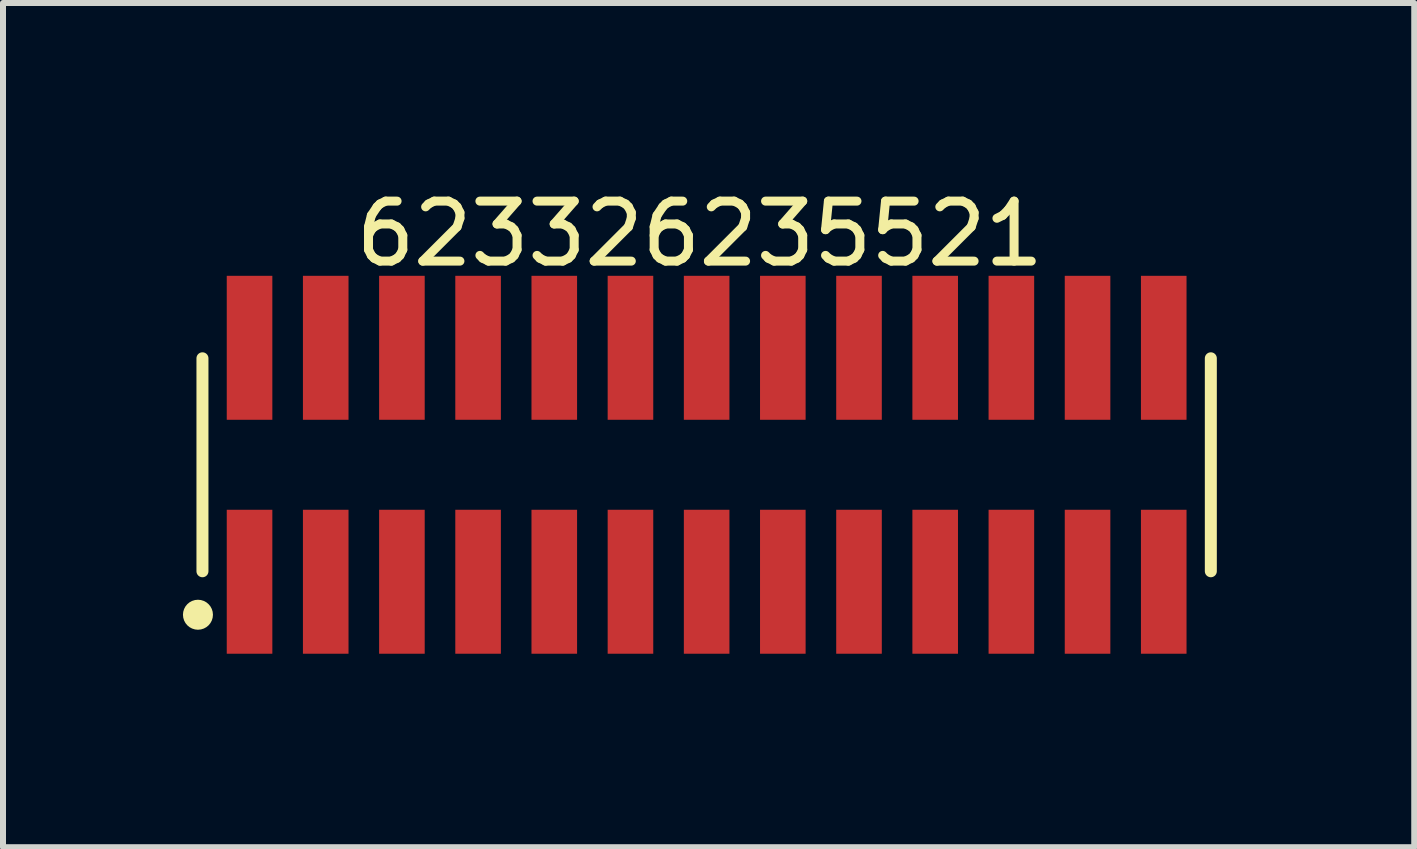
<source format=kicad_pcb>
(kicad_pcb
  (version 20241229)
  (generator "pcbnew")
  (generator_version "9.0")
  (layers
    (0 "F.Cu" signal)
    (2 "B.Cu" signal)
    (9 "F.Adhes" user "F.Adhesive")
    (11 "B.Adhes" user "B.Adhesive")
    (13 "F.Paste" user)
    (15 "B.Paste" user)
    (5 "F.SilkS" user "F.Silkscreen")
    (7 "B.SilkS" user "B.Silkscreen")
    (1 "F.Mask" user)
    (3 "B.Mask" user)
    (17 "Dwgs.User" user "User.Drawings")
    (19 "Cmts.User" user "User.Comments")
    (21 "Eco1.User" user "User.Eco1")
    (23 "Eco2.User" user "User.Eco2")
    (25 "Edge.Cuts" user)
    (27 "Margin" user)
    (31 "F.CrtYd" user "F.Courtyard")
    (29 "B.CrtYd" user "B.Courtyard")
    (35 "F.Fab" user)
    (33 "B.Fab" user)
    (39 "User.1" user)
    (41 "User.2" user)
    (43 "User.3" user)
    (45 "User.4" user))
  (footprint "623326235521"
    (layer "F.Cu")
    (at 8.73 4.698)
    (property "Reference" "623326235521" (at -0.113 -3.85 0) (layer "F.SilkS") (effects (font (size 1 1) (thickness 0.15))))
    (fp_line (start -8.405 1.775) (end -8.405 -1.775) (stroke (width 0.2) (type solid)) (layer "F.SilkS"))
    (fp_line (start 8.405 1.775) (end 8.405 -1.775) (stroke (width 0.2) (type solid)) (layer "F.SilkS"))
    (fp_circle (center -8.48 2.5) (end -8.48 2.375) (stroke (width 0.25) (type solid)) (fill no) (layer "F.SilkS"))
    (fp_line (start -8.605 -3.35) (end 8.605 -3.35) (stroke (width 0.05) (type solid)) (layer "Eco2.User"))
    (fp_line (start -8.605 3.35) (end -8.605 -3.35) (stroke (width 0.05) (type solid)) (layer "Eco2.User"))
    (fp_line (start -8.605 3.35) (end 8.605 3.35) (stroke (width 0.05) (type solid)) (layer "Eco2.User"))
    (fp_line (start -8.255 -1.7) (end 8.255 -1.7) (stroke (width 0.1) (type solid)) (layer "Eco2.User"))
    (fp_line (start -8.255 1.7) (end -8.255 -1.7) (stroke (width 0.1) (type solid)) (layer "Eco2.User"))
    (fp_line (start -8.255 1.7) (end 8.255 1.7) (stroke (width 0.1) (type solid)) (layer "Eco2.User"))
    (fp_line (start -7.82 -2.75) (end -7.42 -2.75) (stroke (width 0.1) (type solid)) (layer "Eco2.User"))
    (fp_line (start -7.82 -1.7) (end -7.82 -2.75) (stroke (width 0.1) (type solid)) (layer "Eco2.User"))
    (fp_line (start -7.82 2.75) (end -7.82 1.7) (stroke (width 0.1) (type solid)) (layer "Eco2.User"))
    (fp_line (start -7.82 2.75) (end -7.42 2.75) (stroke (width 0.1) (type solid)) (layer "Eco2.User"))
    (fp_line (start -7.42 -1.7) (end -7.42 -2.75) (stroke (width 0.1) (type solid)) (layer "Eco2.User"))
    (fp_line (start -7.42 2.75) (end -7.42 1.7) (stroke (width 0.1) (type solid)) (layer "Eco2.User"))
    (fp_line (start -6.55 -2.75) (end -6.15 -2.75) (stroke (width 0.1) (type solid)) (layer "Eco2.User"))
    (fp_line (start -6.55 -1.7) (end -6.55 -2.75) (stroke (width 0.1) (type solid)) (layer "Eco2.User"))
    (fp_line (start -6.55 2.75) (end -6.55 1.7) (stroke (width 0.1) (type solid)) (layer "Eco2.User"))
    (fp_line (start -6.55 2.75) (end -6.15 2.75) (stroke (width 0.1) (type solid)) (layer "Eco2.User"))
    (fp_line (start -6.15 -1.7) (end -6.15 -2.75) (stroke (width 0.1) (type solid)) (layer "Eco2.User"))
    (fp_line (start -6.15 2.75) (end -6.15 1.7) (stroke (width 0.1) (type solid)) (layer "Eco2.User"))
    (fp_line (start -5.28 -2.75) (end -4.88 -2.75) (stroke (width 0.1) (type solid)) (layer "Eco2.User"))
    (fp_line (start -5.28 -1.7) (end -5.28 -2.75) (stroke (width 0.1) (type solid)) (layer "Eco2.User"))
    (fp_line (start -5.28 2.75) (end -5.28 1.7) (stroke (width 0.1) (type solid)) (layer "Eco2.User"))
    (fp_line (start -5.28 2.75) (end -4.88 2.75) (stroke (width 0.1) (type solid)) (layer "Eco2.User"))
    (fp_line (start -4.88 -1.7) (end -4.88 -2.75) (stroke (width 0.1) (type solid)) (layer "Eco2.User"))
    (fp_line (start -4.88 2.75) (end -4.88 1.7) (stroke (width 0.1) (type solid)) (layer "Eco2.User"))
    (fp_line (start -4.01 -2.75) (end -3.61 -2.75) (stroke (width 0.1) (type solid)) (layer "Eco2.User"))
    (fp_line (start -4.01 -1.7) (end -4.01 -2.75) (stroke (width 0.1) (type solid)) (layer "Eco2.User"))
    (fp_line (start -4.01 2.75) (end -4.01 1.7) (stroke (width 0.1) (type solid)) (layer "Eco2.User"))
    (fp_line (start -4.01 2.75) (end -3.61 2.75) (stroke (width 0.1) (type solid)) (layer "Eco2.User"))
    (fp_line (start -3.61 -1.7) (end -3.61 -2.75) (stroke (width 0.1) (type solid)) (layer "Eco2.User"))
    (fp_line (start -3.61 2.75) (end -3.61 1.7) (stroke (width 0.1) (type solid)) (layer "Eco2.User"))
    (fp_line (start -2.74 -2.75) (end -2.34 -2.75) (stroke (width 0.1) (type solid)) (layer "Eco2.User"))
    (fp_line (start -2.74 -1.7) (end -2.74 -2.75) (stroke (width 0.1) (type solid)) (layer "Eco2.User"))
    (fp_line (start -2.74 2.75) (end -2.74 1.7) (stroke (width 0.1) (type solid)) (layer "Eco2.User"))
    (fp_line (start -2.74 2.75) (end -2.34 2.75) (stroke (width 0.1) (type solid)) (layer "Eco2.User"))
    (fp_line (start -2.34 -1.7) (end -2.34 -2.75) (stroke (width 0.1) (type solid)) (layer "Eco2.User"))
    (fp_line (start -2.34 2.75) (end -2.34 1.7) (stroke (width 0.1) (type solid)) (layer "Eco2.User"))
    (fp_line (start -1.47 -2.75) (end -1.07 -2.75) (stroke (width 0.1) (type solid)) (layer "Eco2.User"))
    (fp_line (start -1.47 -1.7) (end -1.47 -2.75) (stroke (width 0.1) (type solid)) (layer "Eco2.User"))
    (fp_line (start -1.47 2.75) (end -1.47 1.7) (stroke (width 0.1) (type solid)) (layer "Eco2.User"))
    (fp_line (start -1.47 2.75) (end -1.07 2.75) (stroke (width 0.1) (type solid)) (layer "Eco2.User"))
    (fp_line (start -1.07 -1.7) (end -1.07 -2.75) (stroke (width 0.1) (type solid)) (layer "Eco2.User"))
    (fp_line (start -1.07 2.75) (end -1.07 1.7) (stroke (width 0.1) (type solid)) (layer "Eco2.User"))
    (fp_line (start -0.5 0) (end 0.5 0) (stroke (width 0.05) (type solid)) (layer "Eco2.User"))
    (fp_line (start -0.2 -2.75) (end 0.2 -2.75) (stroke (width 0.1) (type solid)) (layer "Eco2.User"))
    (fp_line (start -0.2 -1.7) (end -0.2 -2.75) (stroke (width 0.1) (type solid)) (layer "Eco2.User"))
    (fp_line (start -0.2 2.75) (end -0.2 1.7) (stroke (width 0.1) (type solid)) (layer "Eco2.User"))
    (fp_line (start -0.2 2.75) (end 0.2 2.75) (stroke (width 0.1) (type solid)) (layer "Eco2.User"))
    (fp_line (start 0 0.5) (end 0 -0.5) (stroke (width 0.05) (type solid)) (layer "Eco2.User"))
    (fp_line (start 0.2 -1.7) (end 0.2 -2.75) (stroke (width 0.1) (type solid)) (layer "Eco2.User"))
    (fp_line (start 0.2 2.75) (end 0.2 1.7) (stroke (width 0.1) (type solid)) (layer "Eco2.User"))
    (fp_line (start 1.07 -2.75) (end 1.47 -2.75) (stroke (width 0.1) (type solid)) (layer "Eco2.User"))
    (fp_line (start 1.07 -1.7) (end 1.07 -2.75) (stroke (width 0.1) (type solid)) (layer "Eco2.User"))
    (fp_line (start 1.07 2.75) (end 1.07 1.7) (stroke (width 0.1) (type solid)) (layer "Eco2.User"))
    (fp_line (start 1.07 2.75) (end 1.47 2.75) (stroke (width 0.1) (type solid)) (layer "Eco2.User"))
    (fp_line (start 1.47 -1.7) (end 1.47 -2.75) (stroke (width 0.1) (type solid)) (layer "Eco2.User"))
    (fp_line (start 1.47 2.75) (end 1.47 1.7) (stroke (width 0.1) (type solid)) (layer "Eco2.User"))
    (fp_line (start 2.34 -2.75) (end 2.74 -2.75) (stroke (width 0.1) (type solid)) (layer "Eco2.User"))
    (fp_line (start 2.34 -1.7) (end 2.34 -2.75) (stroke (width 0.1) (type solid)) (layer "Eco2.User"))
    (fp_line (start 2.34 2.75) (end 2.34 1.7) (stroke (width 0.1) (type solid)) (layer "Eco2.User"))
    (fp_line (start 2.34 2.75) (end 2.74 2.75) (stroke (width 0.1) (type solid)) (layer "Eco2.User"))
    (fp_line (start 2.74 -1.7) (end 2.74 -2.75) (stroke (width 0.1) (type solid)) (layer "Eco2.User"))
    (fp_line (start 2.74 2.75) (end 2.74 1.7) (stroke (width 0.1) (type solid)) (layer "Eco2.User"))
    (fp_line (start 3.61 -2.75) (end 4.01 -2.75) (stroke (width 0.1) (type solid)) (layer "Eco2.User"))
    (fp_line (start 3.61 -1.7) (end 3.61 -2.75) (stroke (width 0.1) (type solid)) (layer "Eco2.User"))
    (fp_line (start 3.61 2.75) (end 3.61 1.7) (stroke (width 0.1) (type solid)) (layer "Eco2.User"))
    (fp_line (start 3.61 2.75) (end 4.01 2.75) (stroke (width 0.1) (type solid)) (layer "Eco2.User"))
    (fp_line (start 4.01 -1.7) (end 4.01 -2.75) (stroke (width 0.1) (type solid)) (layer "Eco2.User"))
    (fp_line (start 4.01 2.75) (end 4.01 1.7) (stroke (width 0.1) (type solid)) (layer "Eco2.User"))
    (fp_line (start 4.88 -2.75) (end 5.28 -2.75) (stroke (width 0.1) (type solid)) (layer "Eco2.User"))
    (fp_line (start 4.88 -1.7) (end 4.88 -2.75) (stroke (width 0.1) (type solid)) (layer "Eco2.User"))
    (fp_line (start 4.88 2.75) (end 4.88 1.7) (stroke (width 0.1) (type solid)) (layer "Eco2.User"))
    (fp_line (start 4.88 2.75) (end 5.28 2.75) (stroke (width 0.1) (type solid)) (layer "Eco2.User"))
    (fp_line (start 5.28 -1.7) (end 5.28 -2.75) (stroke (width 0.1) (type solid)) (layer "Eco2.User"))
    (fp_line (start 5.28 2.75) (end 5.28 1.7) (stroke (width 0.1) (type solid)) (layer "Eco2.User"))
    (fp_line (start 6.15 -2.75) (end 6.55 -2.75) (stroke (width 0.1) (type solid)) (layer "Eco2.User"))
    (fp_line (start 6.15 -1.7) (end 6.15 -2.75) (stroke (width 0.1) (type solid)) (layer "Eco2.User"))
    (fp_line (start 6.15 2.75) (end 6.15 1.7) (stroke (width 0.1) (type solid)) (layer "Eco2.User"))
    (fp_line (start 6.15 2.75) (end 6.55 2.75) (stroke (width 0.1) (type solid)) (layer "Eco2.User"))
    (fp_line (start 6.55 -1.7) (end 6.55 -2.75) (stroke (width 0.1) (type solid)) (layer "Eco2.User"))
    (fp_line (start 6.55 2.75) (end 6.55 1.7) (stroke (width 0.1) (type solid)) (layer "Eco2.User"))
    (fp_line (start 7.42 -2.75) (end 7.82 -2.75) (stroke (width 0.1) (type solid)) (layer "Eco2.User"))
    (fp_line (start 7.42 -1.7) (end 7.42 -2.75) (stroke (width 0.1) (type solid)) (layer "Eco2.User"))
    (fp_line (start 7.42 2.75) (end 7.42 1.7) (stroke (width 0.1) (type solid)) (layer "Eco2.User"))
    (fp_line (start 7.42 2.75) (end 7.82 2.75) (stroke (width 0.1) (type solid)) (layer "Eco2.User"))
    (fp_line (start 7.82 -1.7) (end 7.82 -2.75) (stroke (width 0.1) (type solid)) (layer "Eco2.User"))
    (fp_line (start 7.82 2.75) (end 7.82 1.7) (stroke (width 0.1) (type solid)) (layer "Eco2.User"))
    (fp_line (start 8.255 1.7) (end 8.255 -1.7) (stroke (width 0.1) (type solid)) (layer "Eco2.User"))
    (fp_line (start 8.605 3.35) (end 8.605 -3.35) (stroke (width 0.05) (type solid)) (layer "Eco2.User"))
    (fp_text user "${REFERENCE}" (at 0.15 -0.197 0) (unlocked yes) (layer "User.3") (effects (font (size 1.5 1.5) (thickness 0.15))))
    (pad "1" smd rect (at -7.62 1.95) (size 0.76 2.4) (layers "F.Cu" "F.Mask" "F.Paste"))
    (pad "2" smd rect (at -7.62 -1.95) (size 0.76 2.4) (layers "F.Cu" "F.Mask" "F.Paste"))
    (pad "3" smd rect (at -6.35 1.95) (size 0.76 2.4) (layers "F.Cu" "F.Mask" "F.Paste"))
    (pad "4" smd rect (at -6.35 -1.95) (size 0.76 2.4) (layers "F.Cu" "F.Mask" "F.Paste"))
    (pad "5" smd rect (at -5.08 1.95) (size 0.76 2.4) (layers "F.Cu" "F.Mask" "F.Paste"))
    (pad "6" smd rect (at -5.08 -1.95) (size 0.76 2.4) (layers "F.Cu" "F.Mask" "F.Paste"))
    (pad "7" smd rect (at -3.81 1.95) (size 0.76 2.4) (layers "F.Cu" "F.Mask" "F.Paste"))
    (pad "8" smd rect (at -3.81 -1.95) (size 0.76 2.4) (layers "F.Cu" "F.Mask" "F.Paste"))
    (pad "9" smd rect (at -2.54 1.95) (size 0.76 2.4) (layers "F.Cu" "F.Mask" "F.Paste"))
    (pad "10" smd rect (at -2.54 -1.95) (size 0.76 2.4) (layers "F.Cu" "F.Mask" "F.Paste"))
    (pad "11" smd rect (at -1.27 1.95) (size 0.76 2.4) (layers "F.Cu" "F.Mask" "F.Paste"))
    (pad "12" smd rect (at -1.27 -1.95) (size 0.76 2.4) (layers "F.Cu" "F.Mask" "F.Paste"))
    (pad "13" smd rect (at 0 1.95) (size 0.76 2.4) (layers "F.Cu" "F.Mask" "F.Paste"))
    (pad "14" smd rect (at 0 -1.95) (size 0.76 2.4) (layers "F.Cu" "F.Mask" "F.Paste"))
    (pad "15" smd rect (at 1.27 1.95) (size 0.76 2.4) (layers "F.Cu" "F.Mask" "F.Paste"))
    (pad "16" smd rect (at 1.27 -1.95) (size 0.76 2.4) (layers "F.Cu" "F.Mask" "F.Paste"))
    (pad "17" smd rect (at 2.54 1.95) (size 0.76 2.4) (layers "F.Cu" "F.Mask" "F.Paste"))
    (pad "18" smd rect (at 2.54 -1.95) (size 0.76 2.4) (layers "F.Cu" "F.Mask" "F.Paste"))
    (pad "19" smd rect (at 3.81 1.95) (size 0.76 2.4) (layers "F.Cu" "F.Mask" "F.Paste"))
    (pad "20" smd rect (at 3.81 -1.95) (size 0.76 2.4) (layers "F.Cu" "F.Mask" "F.Paste"))
    (pad "21" smd rect (at 5.08 1.95) (size 0.76 2.4) (layers "F.Cu" "F.Mask" "F.Paste"))
    (pad "22" smd rect (at 5.08 -1.95) (size 0.76 2.4) (layers "F.Cu" "F.Mask" "F.Paste"))
    (pad "23" smd rect (at 6.35 1.95) (size 0.76 2.4) (layers "F.Cu" "F.Mask" "F.Paste"))
    (pad "24" smd rect (at 6.35 -1.95) (size 0.76 2.4) (layers "F.Cu" "F.Mask" "F.Paste"))
    (pad "25" smd rect (at 7.62 1.95) (size 0.76 2.4) (layers "F.Cu" "F.Mask" "F.Paste"))
    (pad "26" smd rect (at 7.62 -1.95) (size 0.76 2.4) (layers "F.Cu" "F.Mask" "F.Paste")))
  (gr_rect
    (start -3 -3)
    (end 20.526 11.073)
    (stroke (width 0.1) (type default))
    (fill no)
    (layer "Edge.Cuts")))
</source>
